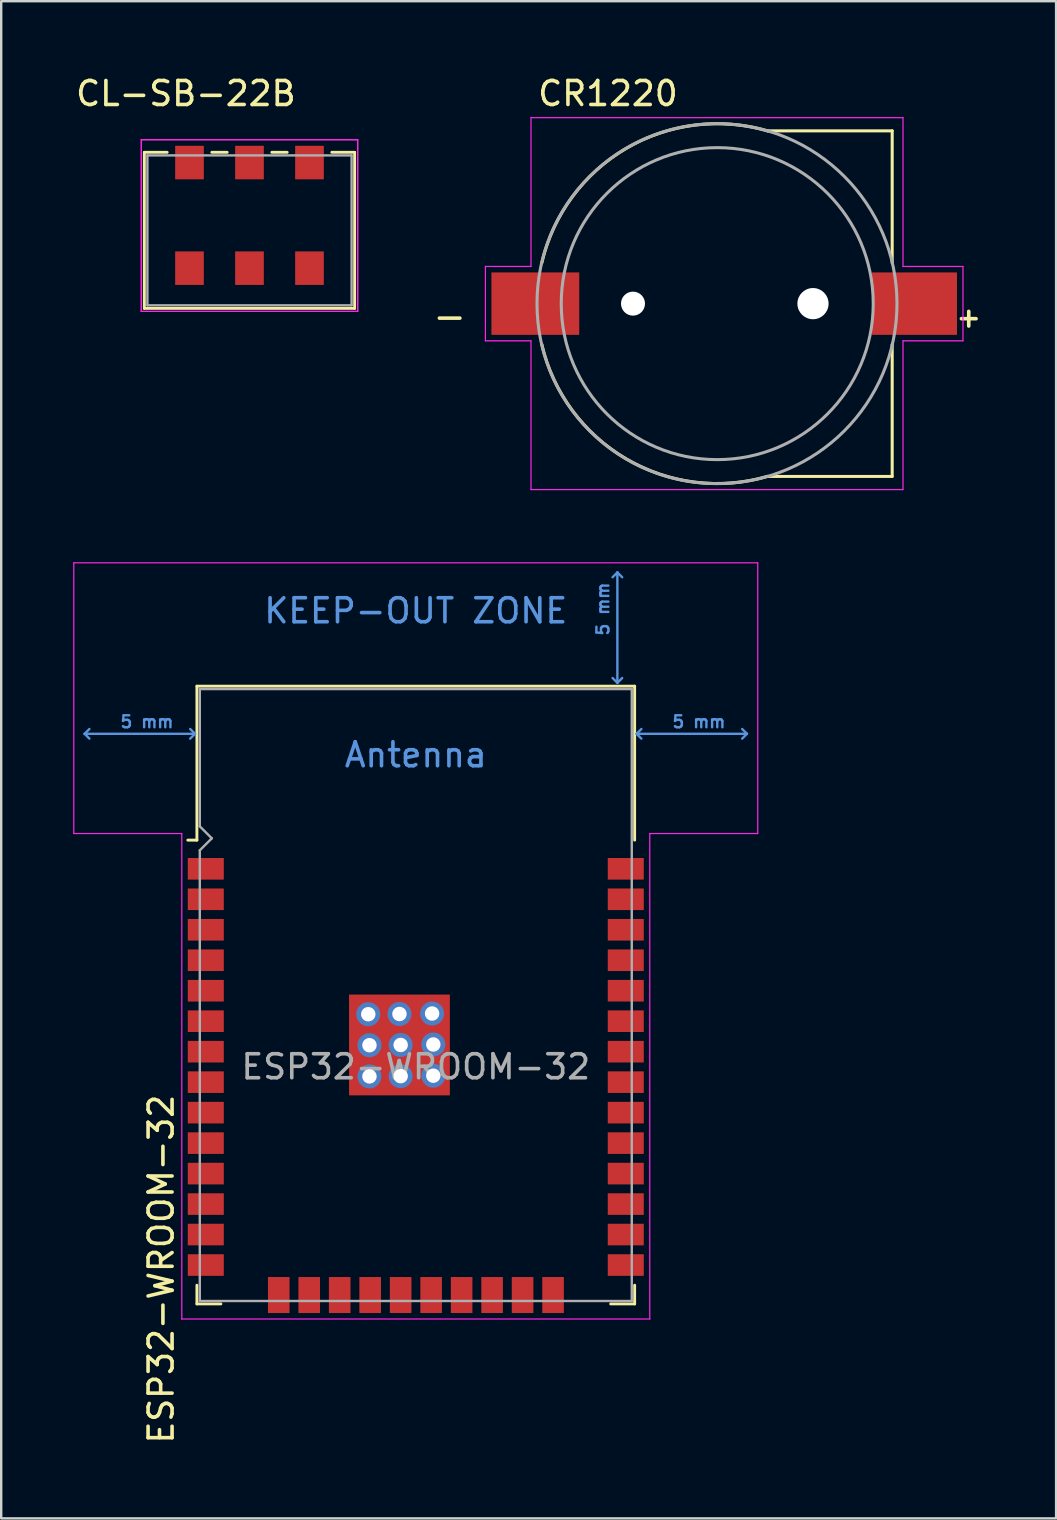
<source format=kicad_pcb>
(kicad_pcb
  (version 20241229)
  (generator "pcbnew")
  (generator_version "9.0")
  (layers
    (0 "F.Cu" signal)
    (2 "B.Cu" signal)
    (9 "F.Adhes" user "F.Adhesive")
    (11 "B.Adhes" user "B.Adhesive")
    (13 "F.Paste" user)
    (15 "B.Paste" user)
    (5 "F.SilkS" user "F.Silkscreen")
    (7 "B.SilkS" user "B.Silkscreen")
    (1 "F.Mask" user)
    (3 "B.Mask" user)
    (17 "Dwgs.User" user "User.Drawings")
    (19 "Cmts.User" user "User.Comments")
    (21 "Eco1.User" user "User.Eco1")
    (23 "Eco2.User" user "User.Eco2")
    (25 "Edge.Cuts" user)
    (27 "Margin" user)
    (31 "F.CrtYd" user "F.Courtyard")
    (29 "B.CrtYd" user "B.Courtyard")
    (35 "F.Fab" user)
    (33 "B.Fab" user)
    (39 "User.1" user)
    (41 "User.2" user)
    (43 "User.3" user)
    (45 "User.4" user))
  (footprint "CL-SB-22B"
    (layer "F.Cu")
    (at 7.346 6.548)
    (property "Reference" "CL-SB-22B" (at -2.65 -5.7 0) (layer "F.SilkS") (effects (font (size 1 1) (thickness 0.15))))
    (attr through_hole)
    (fp_line (start -4.381 -3.251) (end -4.381 3.251) (stroke (width 0.12) (type solid)) (layer "F.SilkS"))
    (fp_line (start -4.381 3.251) (end 4.381 3.251) (stroke (width 0.12) (type solid)) (layer "F.SilkS"))
    (fp_line (start -3.43 -3.251) (end -4.381 -3.251) (stroke (width 0.12) (type solid)) (layer "F.SilkS"))
    (fp_line (start -0.93 -3.251) (end -1.57 -3.251) (stroke (width 0.12) (type solid)) (layer "F.SilkS"))
    (fp_line (start 1.57 -3.251) (end 0.93 -3.251) (stroke (width 0.12) (type solid)) (layer "F.SilkS"))
    (fp_line (start 4.381 -3.251) (end 3.43 -3.251) (stroke (width 0.12) (type solid)) (layer "F.SilkS"))
    (fp_line (start 4.381 3.251) (end 4.381 -3.251) (stroke (width 0.12) (type solid)) (layer "F.SilkS"))
    (fp_line (start -4.508 -3.777) (end -4.508 3.378) (stroke (width 0.05) (type solid)) (layer "F.CrtYd"))
    (fp_line (start -4.508 -3.777) (end -4.508 3.378) (stroke (width 0.05) (type solid)) (layer "F.CrtYd"))
    (fp_line (start -4.508 3.378) (end 4.508 3.378) (stroke (width 0.05) (type solid)) (layer "F.CrtYd"))
    (fp_line (start -4.508 3.378) (end 4.508 3.378) (stroke (width 0.05) (type solid)) (layer "F.CrtYd"))
    (fp_line (start 4.508 -3.777) (end -4.508 -3.777) (stroke (width 0.05) (type solid)) (layer "F.CrtYd"))
    (fp_line (start 4.508 -3.777) (end -4.508 -3.777) (stroke (width 0.05) (type solid)) (layer "F.CrtYd"))
    (fp_line (start 4.508 3.378) (end 4.508 -3.777) (stroke (width 0.05) (type solid)) (layer "F.CrtYd"))
    (fp_line (start 4.508 3.378) (end 4.508 -3.777) (stroke (width 0.05) (type solid)) (layer "F.CrtYd"))
    (fp_line (start -4.255 -3.124) (end -4.255 3.124) (stroke (width 0.1) (type solid)) (layer "F.Fab"))
    (fp_line (start -4.255 3.124) (end 4.255 3.124) (stroke (width 0.1) (type solid)) (layer "F.Fab"))
    (fp_line (start 4.255 -3.124) (end -4.255 -3.124) (stroke (width 0.1) (type solid)) (layer "F.Fab"))
    (fp_line (start 4.255 3.124) (end 4.255 -3.124) (stroke (width 0.1) (type solid)) (layer "F.Fab"))
    (pad "1" smd rect (at -2.5 -2.824) (size 1.194 1.397) (layers "F.Cu" "F.Mask" "F.Paste"))
    (pad "1" smd rect (at -2.5 1.576) (size 1.194 1.397) (layers "F.Cu" "F.Mask" "F.Paste"))
    (pad "2" smd rect (at 0 -2.824) (size 1.194 1.397) (layers "F.Cu" "F.Mask" "F.Paste"))
    (pad "2" smd rect (at 0 1.576) (size 1.194 1.397) (layers "F.Cu" "F.Mask" "F.Paste"))
    (pad "3" smd rect (at 2.5 -2.824) (size 1.194 1.397) (layers "F.Cu" "F.Mask" "F.Paste"))
    (pad "3" smd rect (at 2.5 1.576) (size 1.194 1.397) (layers "F.Cu" "F.Mask" "F.Paste")))
  (footprint "CR1220"
    (layer "F.Cu")
    (at 26.826 9.602)
    (property "Reference" "CR1220" (at -4.544 -8.754 0) (layer "F.SilkS") (effects (font (size 1 1) (thickness 0.15))))
    (attr through_hole)
    (fp_line (start 2.1 -7.2) (end 7.3 -7.2) (stroke (width 0.127) (type solid)) (layer "F.SilkS"))
    (fp_line (start 2.1 7.2) (end 7.3 7.2) (stroke (width 0.127) (type solid)) (layer "F.SilkS"))
    (fp_line (start 7.3 -1.7) (end 7.3 -7.2) (stroke (width 0.127) (type solid)) (layer "F.SilkS"))
    (fp_line (start 7.3 1.7) (end 7.3 7.2) (stroke (width 0.127) (type solid)) (layer "F.SilkS"))
    (fp_arc (start -7.299999 -1.7) (mid -3.781493 -6.469279) (end 2.1 -7.2) (stroke (width 0.127) (type solid)) (layer "F.SilkS"))
    (fp_arc (start 2.1 7.200001) (mid -3.781493 6.46928) (end -7.3 1.7) (stroke (width 0.127) (type solid)) (layer "F.SilkS"))
    (fp_line (start -9.65 -1.55) (end -7.75 -1.55) (stroke (width 0.05) (type solid)) (layer "F.CrtYd"))
    (fp_line (start -9.65 1.55) (end -9.65 -1.55) (stroke (width 0.05) (type solid)) (layer "F.CrtYd"))
    (fp_line (start -7.75 -7.75) (end 7.75 -7.75) (stroke (width 0.05) (type solid)) (layer "F.CrtYd"))
    (fp_line (start -7.75 -1.55) (end -7.75 -7.75) (stroke (width 0.05) (type solid)) (layer "F.CrtYd"))
    (fp_line (start -7.75 1.55) (end -9.65 1.55) (stroke (width 0.05) (type solid)) (layer "F.CrtYd"))
    (fp_line (start -7.75 7.75) (end -7.75 1.55) (stroke (width 0.05) (type solid)) (layer "F.CrtYd"))
    (fp_line (start 7.75 -7.75) (end 7.75 -1.55) (stroke (width 0.05) (type solid)) (layer "F.CrtYd"))
    (fp_line (start 7.75 -1.55) (end 10.25 -1.55) (stroke (width 0.05) (type solid)) (layer "F.CrtYd"))
    (fp_line (start 7.75 1.55) (end 7.75 7.75) (stroke (width 0.05) (type solid)) (layer "F.CrtYd"))
    (fp_line (start 7.75 7.75) (end -7.75 7.75) (stroke (width 0.05) (type solid)) (layer "F.CrtYd"))
    (fp_line (start 10.25 -1.55) (end 10.25 1.55) (stroke (width 0.05) (type solid)) (layer "F.CrtYd"))
    (fp_line (start 10.25 1.55) (end 7.75 1.55) (stroke (width 0.05) (type solid)) (layer "F.CrtYd"))
    (fp_circle (center 0 0) (end 7.5 0) (stroke (width 0.127) (type solid)) (fill no) (layer "F.Fab"))
    (fp_circle (center 0.01 0) (end 6.51 0) (stroke (width 0.127) (type solid)) (fill no) (layer "F.Fab"))
    (fp_text user "+" (at 10.49 0.57 0) (layer "F.SilkS") (effects (font (size 0.8 0.8) (thickness 0.15))))
    (fp_text user "-" (at -11.14 0.52 0) (layer "F.SilkS") (effects (font (size 1.12 1.12) (thickness 0.15))))
    (pad "" np_thru_hole circle (at -3.5 0) (size 1 1) (drill 1) (layers "*.Cu" "*.Mask"))
    (pad "" np_thru_hole circle (at 4 0) (size 1.3 1.3) (drill 1.3) (layers "*.Cu" "*.Mask"))
    (pad "1" smd rect (at 8.23 0) (size 3.54 2.6) (layers "F.Cu" "F.Mask" "F.Paste"))
    (pad "2" smd rect (at -7.57 0) (size 3.66 2.6) (layers "F.Cu" "F.Mask" "F.Paste")))
  (footprint "ESP32-WROOM-32"
    (layer "F.Cu")
    (at 14.275 41.402)
    (property "Reference" "ESP32-WROOM-32" (at -10.61 8.43 90) (layer "F.SilkS") (effects (font (size 1 1) (thickness 0.15))))
    (attr smd)
    (fp_line (start -9.12 -15.86) (end -9.12 -9.445) (stroke (width 0.12) (type solid)) (layer "F.SilkS"))
    (fp_line (start -9.12 -15.86) (end 9.12 -15.86) (stroke (width 0.12) (type solid)) (layer "F.SilkS"))
    (fp_line (start -9.12 -9.445) (end -9.5 -9.445) (stroke (width 0.12) (type solid)) (layer "F.SilkS"))
    (fp_line (start -9.12 9.1) (end -9.12 9.88) (stroke (width 0.12) (type solid)) (layer "F.SilkS"))
    (fp_line (start -9.12 9.88) (end -8.12 9.88) (stroke (width 0.12) (type solid)) (layer "F.SilkS"))
    (fp_line (start 9.12 -15.86) (end 9.12 -9.445) (stroke (width 0.12) (type solid)) (layer "F.SilkS"))
    (fp_line (start 9.12 9.1) (end 9.12 9.88) (stroke (width 0.12) (type solid)) (layer "F.SilkS"))
    (fp_line (start 9.12 9.88) (end 8.12 9.88) (stroke (width 0.12) (type solid)) (layer "F.SilkS"))
    (fp_line (start -13.8 -13.875) (end -13.6 -14.075) (stroke (width 0.1) (type solid)) (layer "Cmts.User"))
    (fp_line (start -13.8 -13.875) (end -13.6 -13.675) (stroke (width 0.1) (type solid)) (layer "Cmts.User"))
    (fp_line (start -13.8 -13.875) (end -9.2 -13.875) (stroke (width 0.1) (type solid)) (layer "Cmts.User"))
    (fp_line (start -9.2 -13.875) (end -9.4 -14.075) (stroke (width 0.1) (type solid)) (layer "Cmts.User"))
    (fp_line (start -9.2 -13.875) (end -9.4 -13.675) (stroke (width 0.1) (type solid)) (layer "Cmts.User"))
    (fp_line (start 8.4 -20.6) (end 8.2 -20.4) (stroke (width 0.1) (type solid)) (layer "Cmts.User"))
    (fp_line (start 8.4 -20.6) (end 8.6 -20.4) (stroke (width 0.1) (type solid)) (layer "Cmts.User"))
    (fp_line (start 8.4 -16) (end 8.2 -16.2) (stroke (width 0.1) (type solid)) (layer "Cmts.User"))
    (fp_line (start 8.4 -16) (end 8.4 -20.6) (stroke (width 0.1) (type solid)) (layer "Cmts.User"))
    (fp_line (start 8.4 -16) (end 8.6 -16.2) (stroke (width 0.1) (type solid)) (layer "Cmts.User"))
    (fp_line (start 9.2 -13.875) (end 9.4 -14.075) (stroke (width 0.1) (type solid)) (layer "Cmts.User"))
    (fp_line (start 9.2 -13.875) (end 9.4 -13.675) (stroke (width 0.1) (type solid)) (layer "Cmts.User"))
    (fp_line (start 9.2 -13.875) (end 13.8 -13.875) (stroke (width 0.1) (type solid)) (layer "Cmts.User"))
    (fp_line (start 13.8 -13.875) (end 13.6 -14.075) (stroke (width 0.1) (type solid)) (layer "Cmts.User"))
    (fp_line (start 13.8 -13.875) (end 13.6 -13.675) (stroke (width 0.1) (type solid)) (layer "Cmts.User"))
    (fp_line (start -14.25 -21) (end -14.25 -9.72) (stroke (width 0.05) (type solid)) (layer "F.CrtYd"))
    (fp_line (start -14.25 -21) (end 14.25 -21) (stroke (width 0.05) (type solid)) (layer "F.CrtYd"))
    (fp_line (start -14.25 -9.72) (end -9.75 -9.72) (stroke (width 0.05) (type solid)) (layer "F.CrtYd"))
    (fp_line (start -9.75 10.51) (end -9.75 -9.72) (stroke (width 0.05) (type solid)) (layer "F.CrtYd"))
    (fp_line (start -9.75 10.51) (end 9.75 10.51) (stroke (width 0.05) (type solid)) (layer "F.CrtYd"))
    (fp_line (start 9.75 -9.72) (end 9.75 10.51) (stroke (width 0.05) (type solid)) (layer "F.CrtYd"))
    (fp_line (start 9.75 -9.72) (end 14.25 -9.72) (stroke (width 0.05) (type solid)) (layer "F.CrtYd"))
    (fp_line (start 14.25 -21) (end 14.25 -9.72) (stroke (width 0.05) (type solid)) (layer "F.CrtYd"))
    (fp_line (start -9 -15.74) (end -9 -10.02) (stroke (width 0.1) (type solid)) (layer "F.Fab"))
    (fp_line (start -9 -15.74) (end 9 -15.74) (stroke (width 0.1) (type solid)) (layer "F.Fab"))
    (fp_line (start -9 -9.02) (end -9 9.76) (stroke (width 0.1) (type solid)) (layer "F.Fab"))
    (fp_line (start -9 -9.02) (end -8.5 -9.52) (stroke (width 0.1) (type solid)) (layer "F.Fab"))
    (fp_line (start -9 9.76) (end 9 9.76) (stroke (width 0.1) (type solid)) (layer "F.Fab"))
    (fp_line (start -8.5 -9.52) (end -9 -10.02) (stroke (width 0.1) (type solid)) (layer "F.Fab"))
    (fp_line (start 9 9.76) (end 9 -15.74) (stroke (width 0.1) (type solid)) (layer "F.Fab"))
    (fp_text user "5 mm" (at 11.8 -14.375 0) (layer "Cmts.User") (effects (font (size 0.5 0.5) (thickness 0.1))))
    (fp_text user "5 mm" (at -11.2 -14.375 0) (layer "Cmts.User") (effects (font (size 0.5 0.5) (thickness 0.1))))
    (fp_text user "Antenna" (at 0 -13 0) (layer "Cmts.User") (effects (font (size 1 1) (thickness 0.15))))
    (fp_text user "5 mm" (at 7.8 -19.075 90) (layer "Cmts.User") (effects (font (size 0.5 0.5) (thickness 0.1))))
    (fp_text user "KEEP-OUT ZONE" (at 0 -19 0) (layer "Cmts.User") (effects (font (size 1 1) (thickness 0.15))))
    (fp_text user "${REFERENCE}" (at 0 0 0) (layer "F.Fab") (effects (font (size 1 1) (thickness 0.15))))
    (pad "1" smd rect (at -8.75 -8.25) (size 1.5 0.9) (layers "F.Cu" "F.Mask" "F.Paste"))
    (pad "2" smd rect (at -8.75 -6.98) (size 1.5 0.9) (layers "F.Cu" "F.Mask" "F.Paste"))
    (pad "3" smd rect (at -8.75 -5.71) (size 1.5 0.9) (layers "F.Cu" "F.Mask" "F.Paste"))
    (pad "4" smd rect (at -8.75 -4.44) (size 1.5 0.9) (layers "F.Cu" "F.Mask" "F.Paste"))
    (pad "5" smd rect (at -8.75 -3.17) (size 1.5 0.9) (layers "F.Cu" "F.Mask" "F.Paste"))
    (pad "6" smd rect (at -8.75 -1.9) (size 1.5 0.9) (layers "F.Cu" "F.Mask" "F.Paste"))
    (pad "7" smd rect (at -8.75 -0.63) (size 1.5 0.9) (layers "F.Cu" "F.Mask" "F.Paste"))
    (pad "8" smd rect (at -8.75 0.64) (size 1.5 0.9) (layers "F.Cu" "F.Mask" "F.Paste"))
    (pad "9" smd rect (at -8.75 1.91) (size 1.5 0.9) (layers "F.Cu" "F.Mask" "F.Paste"))
    (pad "10" smd rect (at -8.75 3.18) (size 1.5 0.9) (layers "F.Cu" "F.Mask" "F.Paste"))
    (pad "11" smd rect (at -8.75 4.45) (size 1.5 0.9) (layers "F.Cu" "F.Mask" "F.Paste"))
    (pad "12" smd rect (at -8.75 5.72) (size 1.5 0.9) (layers "F.Cu" "F.Mask" "F.Paste"))
    (pad "13" smd rect (at -8.75 6.99) (size 1.5 0.9) (layers "F.Cu" "F.Mask" "F.Paste"))
    (pad "14" smd rect (at -8.75 8.26) (size 1.5 0.9) (layers "F.Cu" "F.Mask" "F.Paste"))
    (pad "15" smd rect (at -5.71 9.51 90) (size 1.5 0.9) (layers "F.Cu" "F.Mask" "F.Paste"))
    (pad "16" smd rect (at -4.44 9.51 90) (size 1.5 0.9) (layers "F.Cu" "F.Mask" "F.Paste"))
    (pad "17" smd rect (at -3.17 9.51 90) (size 1.5 0.9) (layers "F.Cu" "F.Mask" "F.Paste"))
    (pad "18" smd rect (at -1.9 9.51 90) (size 1.5 0.9) (layers "F.Cu" "F.Mask" "F.Paste"))
    (pad "19" smd rect (at -0.63 9.51 90) (size 1.5 0.9) (layers "F.Cu" "F.Mask" "F.Paste"))
    (pad "20" smd rect (at 0.64 9.51 90) (size 1.5 0.9) (layers "F.Cu" "F.Mask" "F.Paste"))
    (pad "21" smd rect (at 1.91 9.51 90) (size 1.5 0.9) (layers "F.Cu" "F.Mask" "F.Paste"))
    (pad "22" smd rect (at 3.18 9.51 90) (size 1.5 0.9) (layers "F.Cu" "F.Mask" "F.Paste"))
    (pad "23" smd rect (at 4.45 9.51 90) (size 1.5 0.9) (layers "F.Cu" "F.Mask" "F.Paste"))
    (pad "24" smd rect (at 5.72 9.51 90) (size 1.5 0.9) (layers "F.Cu" "F.Mask" "F.Paste"))
    (pad "25" smd rect (at 8.75 8.26) (size 1.5 0.9) (layers "F.Cu" "F.Mask" "F.Paste"))
    (pad "26" smd rect (at 8.75 6.99) (size 1.5 0.9) (layers "F.Cu" "F.Mask" "F.Paste"))
    (pad "27" smd rect (at 8.75 5.72) (size 1.5 0.9) (layers "F.Cu" "F.Mask" "F.Paste"))
    (pad "28" smd rect (at 8.75 4.45) (size 1.5 0.9) (layers "F.Cu" "F.Mask" "F.Paste"))
    (pad "29" smd rect (at 8.75 3.18) (size 1.5 0.9) (layers "F.Cu" "F.Mask" "F.Paste"))
    (pad "30" smd rect (at 8.75 1.91) (size 1.5 0.9) (layers "F.Cu" "F.Mask" "F.Paste"))
    (pad "31" smd rect (at 8.75 0.64) (size 1.5 0.9) (layers "F.Cu" "F.Mask" "F.Paste"))
    (pad "32" smd rect (at 8.75 -0.63) (size 1.5 0.9) (layers "F.Cu" "F.Mask" "F.Paste"))
    (pad "33" smd rect (at 8.75 -1.9) (size 1.5 0.9) (layers "F.Cu" "F.Mask" "F.Paste"))
    (pad "34" smd rect (at 8.75 -3.17) (size 1.5 0.9) (layers "F.Cu" "F.Mask" "F.Paste"))
    (pad "35" smd rect (at 8.75 -4.44) (size 1.5 0.9) (layers "F.Cu" "F.Mask" "F.Paste"))
    (pad "36" smd rect (at 8.75 -5.71) (size 1.5 0.9) (layers "F.Cu" "F.Mask" "F.Paste"))
    (pad "37" smd rect (at 8.75 -6.98) (size 1.5 0.9) (layers "F.Cu" "F.Mask" "F.Paste"))
    (pad "38" smd rect (at 8.75 -8.25) (size 1.5 0.9) (layers "F.Cu" "F.Mask" "F.Paste"))
    (pad "39" thru_hole circle (at -1.98 -2.19) (size 1 1) (drill 0.6) (layers "*.Cu" "*.Mask"))
    (pad "39" thru_hole circle (at -1.93 -0.9) (size 1 1) (drill 0.6) (layers "*.Cu" "*.Mask"))
    (pad "39" thru_hole circle (at -1.93 0.4) (size 1 1) (drill 0.6) (layers "*.Cu" "*.Mask"))
    (pad "39" thru_hole circle (at -0.68 -2.2) (size 1 1) (drill 0.6) (layers "*.Cu" "*.Mask"))
    (pad "39" smd rect (at -0.68 -0.91) (size 4.2 4.2) (layers "F.Cu" "F.Mask"))
    (pad "39" thru_hole circle (at -0.63 -0.91) (size 1 1) (drill 0.6) (layers "*.Cu" "*.Mask"))
    (pad "39" thru_hole circle (at -0.63 0.39) (size 1 1) (drill 0.6) (layers "*.Cu" "*.Mask"))
    (pad "39" thru_hole circle (at 0.68 -2.22) (size 1 1) (drill 0.6) (layers "*.Cu" "*.Mask"))
    (pad "39" thru_hole circle (at 0.73 -0.93) (size 1 1) (drill 0.6) (layers "*.Cu" "*.Mask"))
    (pad "39" thru_hole circle (at 0.73 0.37) (size 1 1) (drill 0.6) (layers "*.Cu" "*.Mask"))
    (zone (net_name "") (layers "F.Cu" "B.Cu") (hatch full 0.508) (connect_pads) (min_thickness 0.254) (filled_areas_thickness no) (keepout (tracks not_allowed) (vias not_allowed) (pads not_allowed) (copperpour not_allowed) (footprints not_allowed)) (placement (enabled no)) (fill) (polygon (pts (xy 0.275 31.432) (xy 28.275 31.432) (xy 28.275 20.652) (xy 0.275 20.652)))))
  (gr_rect
    (start -3 -3)
    (end 40.956 60.219)
    (stroke (width 0.1) (type default))
    (fill no)
    (layer "Edge.Cuts")))
</source>
